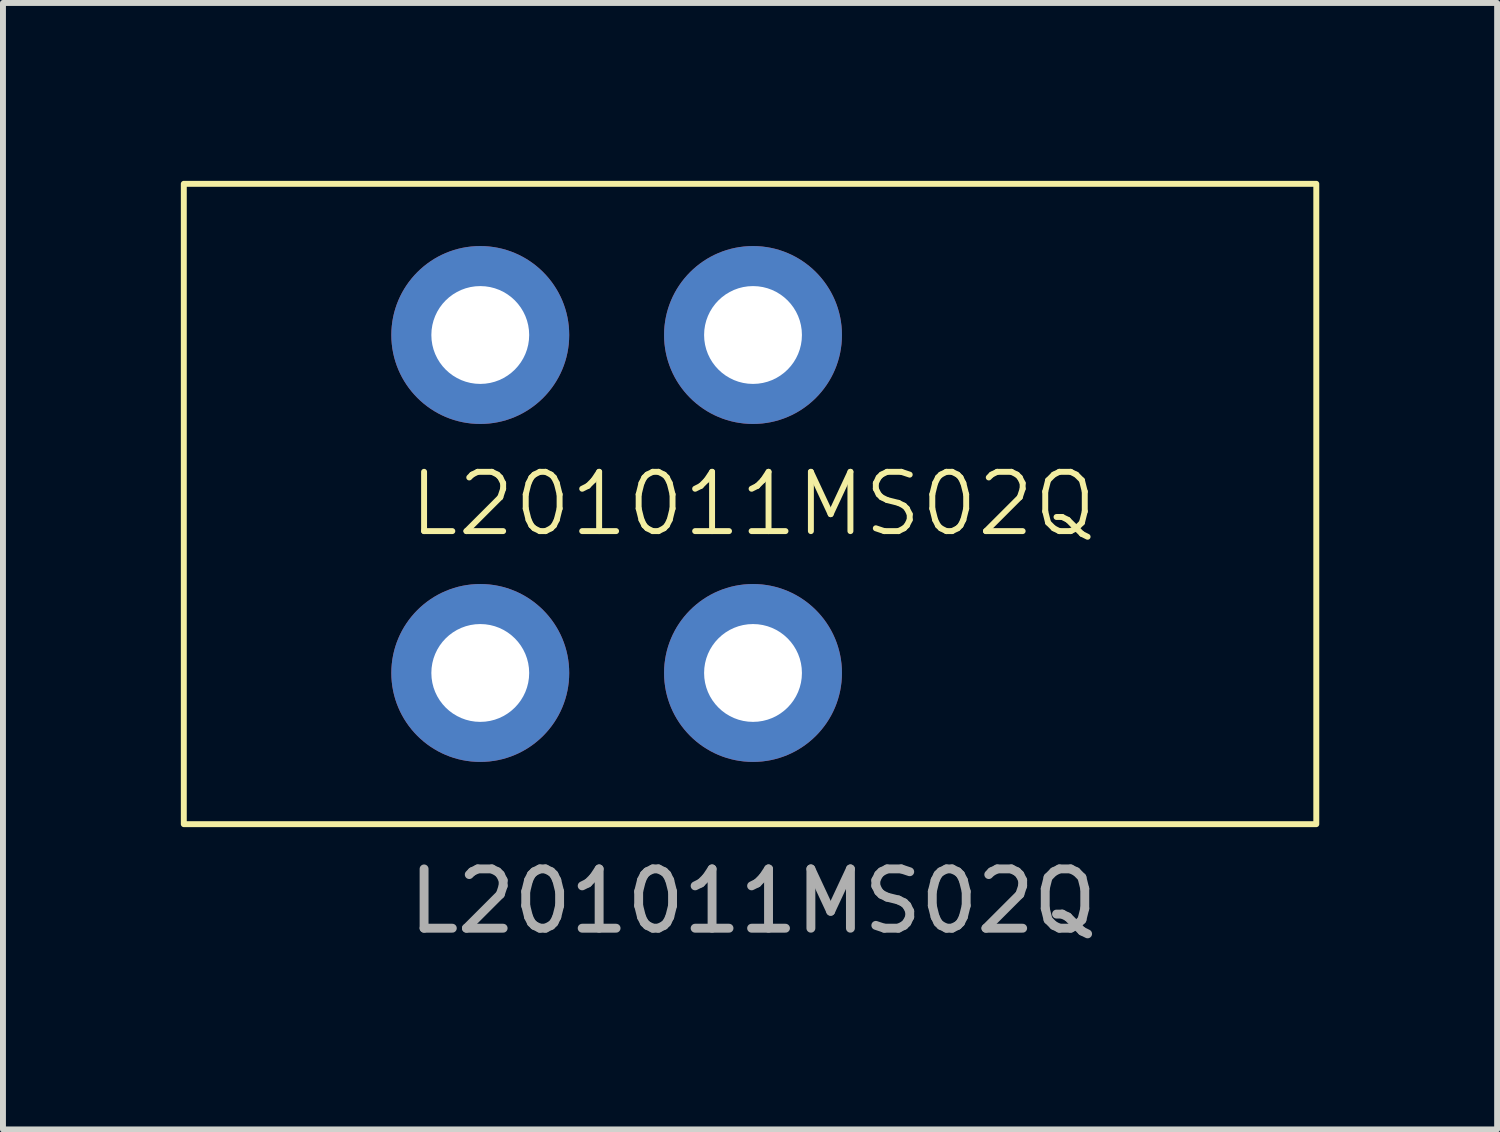
<source format=kicad_pcb>
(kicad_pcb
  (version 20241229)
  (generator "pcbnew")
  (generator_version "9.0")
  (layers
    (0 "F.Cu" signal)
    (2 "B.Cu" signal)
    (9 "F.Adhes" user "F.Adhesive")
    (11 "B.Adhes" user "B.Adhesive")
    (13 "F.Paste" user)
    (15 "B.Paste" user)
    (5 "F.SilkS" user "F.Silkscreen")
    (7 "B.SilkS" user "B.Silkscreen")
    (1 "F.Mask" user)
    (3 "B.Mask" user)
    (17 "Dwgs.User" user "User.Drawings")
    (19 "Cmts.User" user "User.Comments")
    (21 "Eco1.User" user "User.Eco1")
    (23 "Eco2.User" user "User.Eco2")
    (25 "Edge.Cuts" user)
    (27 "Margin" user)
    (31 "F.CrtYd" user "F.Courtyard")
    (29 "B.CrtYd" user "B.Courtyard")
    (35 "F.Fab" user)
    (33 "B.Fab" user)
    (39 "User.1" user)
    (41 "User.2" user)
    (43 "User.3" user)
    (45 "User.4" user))
  (footprint "L201011MS02Q"
    (layer "F.Cu")
    (at 9.65 5.45)
    (property "Reference" "L201011MS02Q" (at 0 0 0) (unlocked yes) (layer "F.SilkS") (effects (font (size 1 1) (thickness 0.1))))
    (attr through_hole)
    (fp_rect (start -9.6 5.4) (end 9.5 -5.4) (stroke (width 0.1) (type default)) (fill no) (layer "F.SilkS"))
    (fp_text user "${REFERENCE}" (at 0 6.7 0) (unlocked yes) (layer "F.Fab") (effects (font (size 1 1) (thickness 0.15))))
    (pad "1" thru_hole circle (at -4.6 -2.85) (size 3 3) (drill 1.65) (layers "*.Cu" "*.Mask"))
    (pad "2" thru_hole circle (at 0 -2.85) (size 3 3) (drill 1.65) (layers "*.Cu" "*.Mask"))
    (pad "3" thru_hole circle (at -4.6 2.85) (size 3 3) (drill 1.65) (layers "*.Cu" "*.Mask"))
    (pad "4" thru_hole circle (at 0 2.85) (size 3 3) (drill 1.65) (layers "*.Cu" "*.Mask")))
  (gr_rect
    (start -3 -3)
    (end 22.2 15.998)
    (stroke (width 0.1) (type default))
    (fill no)
    (layer "Edge.Cuts")))
</source>
